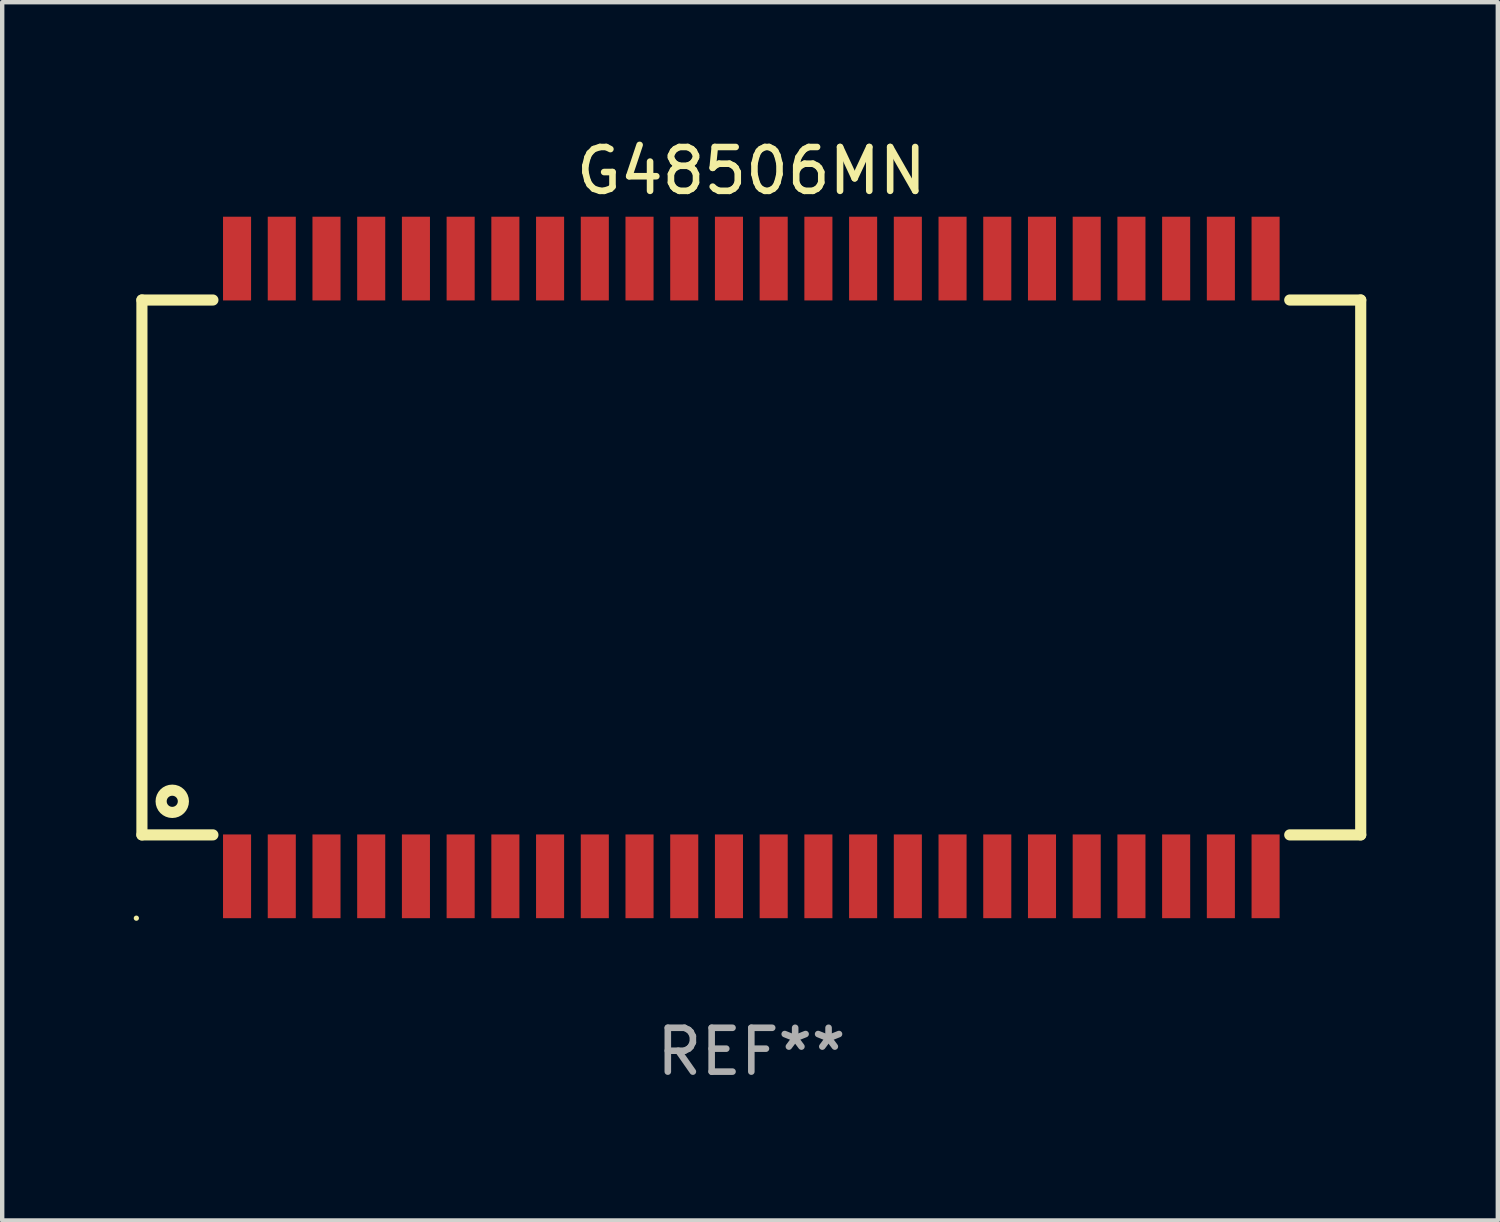
<source format=kicad_pcb>
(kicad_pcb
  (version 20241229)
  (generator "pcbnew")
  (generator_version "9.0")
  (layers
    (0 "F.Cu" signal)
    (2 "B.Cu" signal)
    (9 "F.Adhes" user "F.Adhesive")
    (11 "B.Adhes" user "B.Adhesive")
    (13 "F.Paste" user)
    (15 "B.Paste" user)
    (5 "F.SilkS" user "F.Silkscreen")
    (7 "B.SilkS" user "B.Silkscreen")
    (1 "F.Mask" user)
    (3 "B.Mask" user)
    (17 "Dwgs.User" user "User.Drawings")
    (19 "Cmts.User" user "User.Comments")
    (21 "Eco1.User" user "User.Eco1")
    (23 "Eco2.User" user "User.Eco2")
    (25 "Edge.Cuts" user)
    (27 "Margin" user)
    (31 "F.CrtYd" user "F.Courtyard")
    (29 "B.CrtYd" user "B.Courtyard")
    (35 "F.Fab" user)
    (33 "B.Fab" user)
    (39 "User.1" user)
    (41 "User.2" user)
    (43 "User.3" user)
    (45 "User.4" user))
  (footprint "G48506MN"
    (layer "F.Cu")
    (at 14.087 9.893)
    (property "Reference" "G48506MN" (at 0 -9.045 0) (layer "F.SilkS") (effects (font (size 1 1) (thickness 0.15))))
    (attr through_hole)
    (fp_line (start -13.9 -6.1) (end -12.281 -6.1) (stroke (width 0.254) (type solid)) (layer "F.SilkS"))
    (fp_line (start -13.9 6.1) (end -13.9 -6.1) (stroke (width 0.254) (type solid)) (layer "F.SilkS"))
    (fp_line (start -13.9 6.1) (end -12.281 6.1) (stroke (width 0.254) (type solid)) (layer "F.SilkS"))
    (fp_line (start 12.281 -6.1) (end 13.9 -6.1) (stroke (width 0.254) (type solid)) (layer "F.SilkS"))
    (fp_line (start 12.281 6.1) (end 13.9 6.1) (stroke (width 0.254) (type solid)) (layer "F.SilkS"))
    (fp_line (start 13.9 6.1) (end 13.9 -6.1) (stroke (width 0.254) (type solid)) (layer "F.SilkS"))
    (fp_circle (center -14.027 8) (end -13.997 8) (stroke (width 0.06) (type solid)) (fill no) (layer "F.SilkS"))
    (fp_circle (center -13.208 5.334) (end -12.954 5.334) (stroke (width 0.254) (type solid)) (fill no) (layer "F.SilkS"))
    (fp_text user "REF**" (at 0 11.045 0) (layer "F.Fab") (effects (font (size 1 1) (thickness 0.15))))
    (pad "1" smd rect (at -11.73 7.045) (size 0.64 1.91) (layers "F.Cu" "F.Mask" "F.Paste"))
    (pad "2" smd rect (at -10.71 7.045) (size 0.64 1.91) (layers "F.Cu" "F.Mask" "F.Paste"))
    (pad "3" smd rect (at -9.69 7.045) (size 0.64 1.91) (layers "F.Cu" "F.Mask" "F.Paste"))
    (pad "4" smd rect (at -8.67 7.045) (size 0.64 1.91) (layers "F.Cu" "F.Mask" "F.Paste"))
    (pad "5" smd rect (at -7.65 7.045) (size 0.64 1.91) (layers "F.Cu" "F.Mask" "F.Paste"))
    (pad "6" smd rect (at -6.63 7.045) (size 0.64 1.91) (layers "F.Cu" "F.Mask" "F.Paste"))
    (pad "7" smd rect (at -5.61 7.045) (size 0.64 1.91) (layers "F.Cu" "F.Mask" "F.Paste"))
    (pad "8" smd rect (at -4.59 7.045) (size 0.64 1.91) (layers "F.Cu" "F.Mask" "F.Paste"))
    (pad "9" smd rect (at -3.57 7.045) (size 0.64 1.91) (layers "F.Cu" "F.Mask" "F.Paste"))
    (pad "10" smd rect (at -2.55 7.045) (size 0.64 1.91) (layers "F.Cu" "F.Mask" "F.Paste"))
    (pad "11" smd rect (at -1.53 7.045) (size 0.64 1.91) (layers "F.Cu" "F.Mask" "F.Paste"))
    (pad "12" smd rect (at -0.51 7.045) (size 0.64 1.91) (layers "F.Cu" "F.Mask" "F.Paste"))
    (pad "13" smd rect (at 0.51 7.045) (size 0.64 1.91) (layers "F.Cu" "F.Mask" "F.Paste"))
    (pad "14" smd rect (at 1.53 7.045) (size 0.64 1.91) (layers "F.Cu" "F.Mask" "F.Paste"))
    (pad "15" smd rect (at 2.55 7.045) (size 0.64 1.91) (layers "F.Cu" "F.Mask" "F.Paste"))
    (pad "16" smd rect (at 3.57 7.045) (size 0.64 1.91) (layers "F.Cu" "F.Mask" "F.Paste"))
    (pad "17" smd rect (at 4.59 7.045) (size 0.64 1.91) (layers "F.Cu" "F.Mask" "F.Paste"))
    (pad "18" smd rect (at 5.61 7.045) (size 0.64 1.91) (layers "F.Cu" "F.Mask" "F.Paste"))
    (pad "19" smd rect (at 6.63 7.045) (size 0.64 1.91) (layers "F.Cu" "F.Mask" "F.Paste"))
    (pad "20" smd rect (at 7.65 7.045) (size 0.64 1.91) (layers "F.Cu" "F.Mask" "F.Paste"))
    (pad "21" smd rect (at 8.67 7.045) (size 0.64 1.91) (layers "F.Cu" "F.Mask" "F.Paste"))
    (pad "22" smd rect (at 9.69 7.045) (size 0.64 1.91) (layers "F.Cu" "F.Mask" "F.Paste"))
    (pad "23" smd rect (at 10.71 7.045) (size 0.64 1.91) (layers "F.Cu" "F.Mask" "F.Paste"))
    (pad "24" smd rect (at 11.73 7.045) (size 0.64 1.91) (layers "F.Cu" "F.Mask" "F.Paste"))
    (pad "25" smd rect (at 11.73 -7.045) (size 0.64 1.91) (layers "F.Cu" "F.Mask" "F.Paste"))
    (pad "26" smd rect (at 10.71 -7.045) (size 0.64 1.91) (layers "F.Cu" "F.Mask" "F.Paste"))
    (pad "27" smd rect (at 9.69 -7.045) (size 0.64 1.91) (layers "F.Cu" "F.Mask" "F.Paste"))
    (pad "28" smd rect (at 8.67 -7.045) (size 0.64 1.91) (layers "F.Cu" "F.Mask" "F.Paste"))
    (pad "29" smd rect (at 7.65 -7.045) (size 0.64 1.91) (layers "F.Cu" "F.Mask" "F.Paste"))
    (pad "30" smd rect (at 6.63 -7.045) (size 0.64 1.91) (layers "F.Cu" "F.Mask" "F.Paste"))
    (pad "31" smd rect (at 5.61 -7.045) (size 0.64 1.91) (layers "F.Cu" "F.Mask" "F.Paste"))
    (pad "32" smd rect (at 4.59 -7.045) (size 0.64 1.91) (layers "F.Cu" "F.Mask" "F.Paste"))
    (pad "33" smd rect (at 3.57 -7.045) (size 0.64 1.91) (layers "F.Cu" "F.Mask" "F.Paste"))
    (pad "34" smd rect (at 2.55 -7.045) (size 0.64 1.91) (layers "F.Cu" "F.Mask" "F.Paste"))
    (pad "35" smd rect (at 1.53 -7.045) (size 0.64 1.91) (layers "F.Cu" "F.Mask" "F.Paste"))
    (pad "36" smd rect (at 0.51 -7.045) (size 0.64 1.91) (layers "F.Cu" "F.Mask" "F.Paste"))
    (pad "37" smd rect (at -0.51 -7.045) (size 0.64 1.91) (layers "F.Cu" "F.Mask" "F.Paste"))
    (pad "38" smd rect (at -1.53 -7.045) (size 0.64 1.91) (layers "F.Cu" "F.Mask" "F.Paste"))
    (pad "39" smd rect (at -2.55 -7.045) (size 0.64 1.91) (layers "F.Cu" "F.Mask" "F.Paste"))
    (pad "40" smd rect (at -3.57 -7.045) (size 0.64 1.91) (layers "F.Cu" "F.Mask" "F.Paste"))
    (pad "41" smd rect (at -4.59 -7.045) (size 0.64 1.91) (layers "F.Cu" "F.Mask" "F.Paste"))
    (pad "42" smd rect (at -5.61 -7.045) (size 0.64 1.91) (layers "F.Cu" "F.Mask" "F.Paste"))
    (pad "43" smd rect (at -6.63 -7.045) (size 0.64 1.91) (layers "F.Cu" "F.Mask" "F.Paste"))
    (pad "44" smd rect (at -7.65 -7.045) (size 0.64 1.91) (layers "F.Cu" "F.Mask" "F.Paste"))
    (pad "45" smd rect (at -8.67 -7.045) (size 0.64 1.91) (layers "F.Cu" "F.Mask" "F.Paste"))
    (pad "46" smd rect (at -9.69 -7.045) (size 0.64 1.91) (layers "F.Cu" "F.Mask" "F.Paste"))
    (pad "47" smd rect (at -10.71 -7.045) (size 0.64 1.91) (layers "F.Cu" "F.Mask" "F.Paste"))
    (pad "48" smd rect (at -11.73 -7.045) (size 0.64 1.91) (layers "F.Cu" "F.Mask" "F.Paste")))
  (gr_rect
    (start -3 -3)
    (end 31.114 24.787)
    (stroke (width 0.1) (type default))
    (fill no)
    (layer "Edge.Cuts")))
</source>
